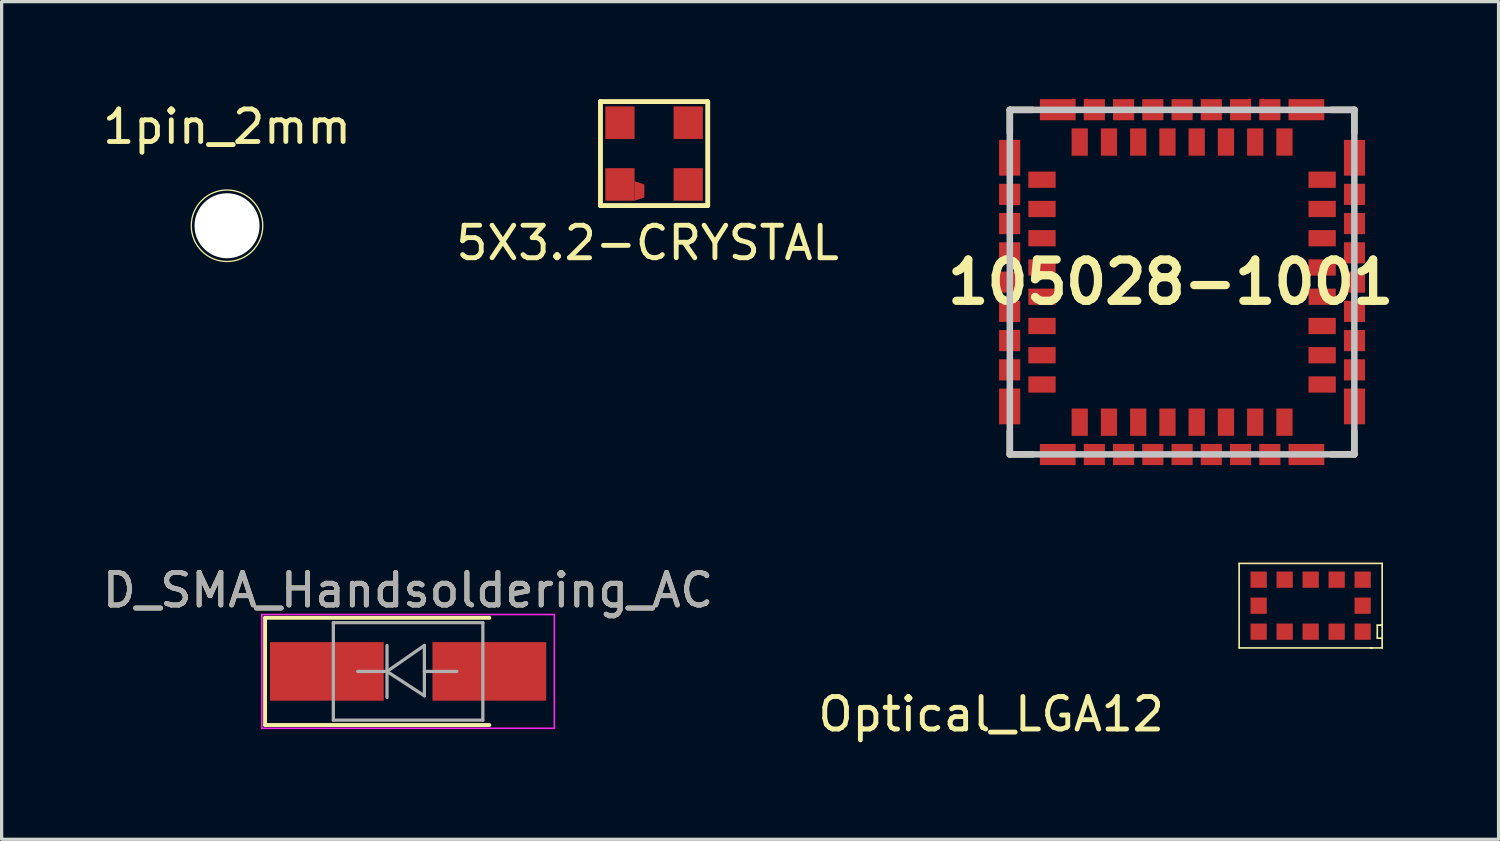
<source format=kicad_pcb>
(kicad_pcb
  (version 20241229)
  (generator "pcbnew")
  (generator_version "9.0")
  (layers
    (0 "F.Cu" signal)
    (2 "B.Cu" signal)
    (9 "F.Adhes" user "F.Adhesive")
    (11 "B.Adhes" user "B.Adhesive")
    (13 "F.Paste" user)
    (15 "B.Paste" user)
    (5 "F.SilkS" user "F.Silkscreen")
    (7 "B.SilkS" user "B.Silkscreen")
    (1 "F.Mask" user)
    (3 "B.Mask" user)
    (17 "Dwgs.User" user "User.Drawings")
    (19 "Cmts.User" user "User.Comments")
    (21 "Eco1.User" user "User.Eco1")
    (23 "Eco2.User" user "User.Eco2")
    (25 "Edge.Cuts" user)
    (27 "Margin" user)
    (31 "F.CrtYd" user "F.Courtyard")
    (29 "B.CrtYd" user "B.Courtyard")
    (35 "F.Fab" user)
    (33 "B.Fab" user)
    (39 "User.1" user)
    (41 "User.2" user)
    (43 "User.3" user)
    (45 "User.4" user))
  (footprint "1pin_2mm"
    (layer "F.Cu")
    (at 3.935 3.896)
    (property "Reference" "1pin_2mm" (at 0 -3.048 0) (layer "F.SilkS") (effects (font (size 1 1) (thickness 0.15))))
    (attr through_hole)
    (fp_circle (center 0 0) (end 1.1 0) (stroke (width 0.04) (type solid)) (fill no) (layer "F.SilkS"))
    (pad "" np_thru_hole circle (at 0 0) (size 2 2) (drill 2) (layers "*.Cu" "*.Mask")))
  (footprint "Optical_LGA12"
    (layer "F.Cu")
    (at 38.876 16.385)
    (property "Reference" "Optical_LGA12" (at -11.43 2.54 0) (layer "F.SilkS") (effects (font (size 1 1) (thickness 0.15))))
    (attr through_hole)
    (fp_line (start -3.8 -2.1) (end -3.8 0.5) (stroke (width 0.05) (type solid)) (layer "F.SilkS"))
    (fp_line (start -3.8 0.5) (end 0.25 0.5) (stroke (width 0.05) (type solid)) (layer "F.SilkS"))
    (fp_line (start 0.25 0.5) (end 0.3 0.5) (stroke (width 0.05) (type solid)) (layer "F.SilkS"))
    (fp_line (start 0.25 0.5) (end 0.6 0.5) (stroke (width 0.05) (type solid)) (layer "F.SilkS"))
    (fp_line (start 0.45 -0.2) (end 0.55 -0.2) (stroke (width 0.05) (type solid)) (layer "F.SilkS"))
    (fp_line (start 0.45 0.2) (end 0.45 -0.2) (stroke (width 0.05) (type solid)) (layer "F.SilkS"))
    (fp_line (start 0.55 -0.2) (end 0.6 -0.2) (stroke (width 0.05) (type solid)) (layer "F.SilkS"))
    (fp_line (start 0.6 -2.1) (end -3.8 -2.1) (stroke (width 0.05) (type solid)) (layer "F.SilkS"))
    (fp_line (start 0.6 0.2) (end 0.45 0.2) (stroke (width 0.05) (type solid)) (layer "F.SilkS"))
    (fp_line (start 0.6 0.5) (end 0.6 -2.1) (stroke (width 0.05) (type solid)) (layer "F.SilkS"))
    (pad "1" smd rect (at 0 0) (size 0.5 0.5) (layers "F.Cu" "F.Mask" "F.Paste"))
    (pad "2" smd rect (at -0.8 0) (size 0.5 0.5) (layers "F.Cu" "F.Mask" "F.Paste"))
    (pad "3" smd rect (at -1.6 0) (size 0.5 0.5) (layers "F.Cu" "F.Mask" "F.Paste"))
    (pad "4" smd rect (at -2.4 0) (size 0.5 0.5) (layers "F.Cu" "F.Mask" "F.Paste"))
    (pad "5" smd rect (at -3.2 0) (size 0.5 0.5) (layers "F.Cu" "F.Mask" "F.Paste"))
    (pad "6" smd rect (at -3.2 -0.8) (size 0.5 0.5) (layers "F.Cu" "F.Mask" "F.Paste"))
    (pad "7" smd rect (at -3.2 -1.6) (size 0.5 0.5) (layers "F.Cu" "F.Mask" "F.Paste"))
    (pad "8" smd rect (at -2.4 -1.6) (size 0.5 0.5) (layers "F.Cu" "F.Mask" "F.Paste"))
    (pad "9" smd rect (at -1.6 -1.6) (size 0.5 0.5) (layers "F.Cu" "F.Mask" "F.Paste"))
    (pad "10" smd rect (at -0.8 -1.6) (size 0.5 0.5) (layers "F.Cu" "F.Mask" "F.Paste"))
    (pad "11" smd rect (at 0 -1.6) (size 0.5 0.5) (layers "F.Cu" "F.Mask" "F.Paste"))
    (pad "12" smd rect (at 0 -0.8) (size 0.5 0.5) (layers "F.Cu" "F.Mask" "F.Paste")))
  (footprint "5X3.2-CRYSTAL"
    (layer "F.Cu")
    (at 16.025 2.625)
    (property "Reference" "5X3.2-CRYSTAL" (at 0.85 1.8 0) (layer "F.SilkS") (effects (font (size 1 1) (thickness 0.15))))
    (attr through_hole)
    (fp_line (start -0.6 -2.55) (end -0.6 0.65) (stroke (width 0.15) (type solid)) (layer "F.SilkS"))
    (fp_line (start -0.6 0.65) (end 2.7 0.65) (stroke (width 0.15) (type solid)) (layer "F.SilkS"))
    (fp_line (start 2.7 -2.55) (end -0.6 -2.55) (stroke (width 0.15) (type solid)) (layer "F.SilkS"))
    (fp_line (start 2.7 0.65) (end 2.7 -2.55) (stroke (width 0.15) (type solid)) (layer "F.SilkS"))
    (pad "1" smd rect (at 0 0) (size 0.9 1) (layers "F.Cu" "F.Mask" "F.Paste"))
    (pad "1" smd trapezoid (at 0.6 0.2 270) (size 0.5 0.3) (rect_delta 0 0.1) (layers "F.Cu" "F.Mask" "F.Paste"))
    (pad "2" smd rect (at 2.1 0) (size 0.9 1) (layers "F.Cu" "F.Mask" "F.Paste"))
    (pad "3" smd rect (at 2.1 -1.9) (size 0.9 1) (layers "F.Cu" "F.Mask" "F.Paste"))
    (pad "4" smd rect (at 0 -1.9) (size 0.9 1) (layers "F.Cu" "F.Mask" "F.Paste")))
  (footprint "105028-1001"
    (layer "F.Cu")
    (at 33.32 5.63)
    (property "Reference" "105028-1001" (at -0.351 0.001 0) (layer "F.SilkS") (effects (font (size 1.27 1.27) (thickness 0.254))))
    (attr smd)
    (fp_line (start -5.3 -5.3) (end -5.3 -4.6) (stroke (width 0.2) (type solid)) (layer "F.SilkS"))
    (fp_line (start -5.3 -5.3) (end -4.6 -5.3) (stroke (width 0.2) (type solid)) (layer "F.SilkS"))
    (fp_line (start -5.3 5.3) (end -5.3 4.6) (stroke (width 0.2) (type solid)) (layer "F.SilkS"))
    (fp_line (start -5.3 5.3) (end -4.6 5.3) (stroke (width 0.2) (type solid)) (layer "F.SilkS"))
    (fp_line (start 5.3 -5.3) (end 4.6 -5.3) (stroke (width 0.2) (type solid)) (layer "F.SilkS"))
    (fp_line (start 5.3 -5.3) (end 5.3 -4.6) (stroke (width 0.2) (type solid)) (layer "F.SilkS"))
    (fp_line (start 5.3 5.3) (end 4.6 5.3) (stroke (width 0.2) (type solid)) (layer "F.SilkS"))
    (fp_line (start 5.3 5.3) (end 5.3 4.6) (stroke (width 0.2) (type solid)) (layer "F.SilkS"))
    (fp_line (start -5.3 -5.3) (end 5.3 -5.3) (stroke (width 0.2) (type solid)) (layer "Dwgs.User"))
    (fp_line (start -5.3 5.3) (end -5.3 -5.3) (stroke (width 0.2) (type solid)) (layer "Dwgs.User"))
    (fp_line (start 5.3 -5.3) (end 5.3 5.3) (stroke (width 0.2) (type solid)) (layer "Dwgs.User"))
    (fp_line (start 5.3 5.3) (end -5.3 5.3) (stroke (width 0.2) (type solid)) (layer "Dwgs.User"))
    (pad "1" smd rect (at -4.31 -3.15 90) (size 0.5 0.84) (layers "F.Cu" "F.Mask" "F.Paste"))
    (pad "2" smd rect (at -4.31 -2.25 90) (size 0.5 0.84) (layers "F.Cu" "F.Mask" "F.Paste"))
    (pad "3" smd rect (at -4.31 -1.35 90) (size 0.5 0.84) (layers "F.Cu" "F.Mask" "F.Paste"))
    (pad "4" smd rect (at -4.31 -0.45 90) (size 0.5 0.84) (layers "F.Cu" "F.Mask" "F.Paste"))
    (pad "5" smd rect (at -4.31 0.45 90) (size 0.5 0.84) (layers "F.Cu" "F.Mask" "F.Paste"))
    (pad "6" smd rect (at -4.31 1.35 90) (size 0.5 0.84) (layers "F.Cu" "F.Mask" "F.Paste"))
    (pad "7" smd rect (at -4.31 2.25 90) (size 0.5 0.84) (layers "F.Cu" "F.Mask" "F.Paste"))
    (pad "8" smd rect (at -4.31 3.15 90) (size 0.5 0.84) (layers "F.Cu" "F.Mask" "F.Paste"))
    (pad "9" smd rect (at -3.15 4.31) (size 0.5 0.84) (layers "F.Cu" "F.Mask" "F.Paste"))
    (pad "10" smd rect (at -2.25 4.31) (size 0.5 0.84) (layers "F.Cu" "F.Mask" "F.Paste"))
    (pad "11" smd rect (at -1.35 4.31) (size 0.5 0.84) (layers "F.Cu" "F.Mask" "F.Paste"))
    (pad "12" smd rect (at -0.45 4.31) (size 0.5 0.84) (layers "F.Cu" "F.Mask" "F.Paste"))
    (pad "13" smd rect (at 0.45 4.31) (size 0.5 0.84) (layers "F.Cu" "F.Mask" "F.Paste"))
    (pad "14" smd rect (at 1.35 4.31) (size 0.5 0.84) (layers "F.Cu" "F.Mask" "F.Paste"))
    (pad "15" smd rect (at 2.25 4.31) (size 0.5 0.84) (layers "F.Cu" "F.Mask" "F.Paste"))
    (pad "16" smd rect (at 3.15 4.31) (size 0.5 0.84) (layers "F.Cu" "F.Mask" "F.Paste"))
    (pad "17" smd rect (at 4.31 3.15 90) (size 0.5 0.84) (layers "F.Cu" "F.Mask" "F.Paste"))
    (pad "18" smd rect (at 4.31 2.25 90) (size 0.5 0.84) (layers "F.Cu" "F.Mask" "F.Paste"))
    (pad "19" smd rect (at 4.31 1.35 90) (size 0.5 0.84) (layers "F.Cu" "F.Mask" "F.Paste"))
    (pad "20" smd rect (at 4.31 0.45 90) (size 0.5 0.84) (layers "F.Cu" "F.Mask" "F.Paste"))
    (pad "21" smd rect (at 4.31 -0.45 90) (size 0.5 0.84) (layers "F.Cu" "F.Mask" "F.Paste"))
    (pad "22" smd rect (at 4.31 -1.35 90) (size 0.5 0.84) (layers "F.Cu" "F.Mask" "F.Paste"))
    (pad "23" smd rect (at 4.31 -2.25 90) (size 0.5 0.84) (layers "F.Cu" "F.Mask" "F.Paste"))
    (pad "24" smd rect (at 4.31 -3.15 90) (size 0.5 0.84) (layers "F.Cu" "F.Mask" "F.Paste"))
    (pad "25" smd rect (at 3.15 -4.31) (size 0.5 0.84) (layers "F.Cu" "F.Mask" "F.Paste"))
    (pad "26" smd rect (at 2.25 -4.31) (size 0.5 0.84) (layers "F.Cu" "F.Mask" "F.Paste"))
    (pad "27" smd rect (at 1.35 -4.31) (size 0.5 0.84) (layers "F.Cu" "F.Mask" "F.Paste"))
    (pad "28" smd rect (at 0.45 -4.31) (size 0.5 0.84) (layers "F.Cu" "F.Mask" "F.Paste"))
    (pad "29" smd rect (at -0.45 -4.31) (size 0.5 0.84) (layers "F.Cu" "F.Mask" "F.Paste"))
    (pad "30" smd rect (at -5.305 -3.825) (size 0.65 1.1) (layers "F.Cu" "F.Mask" "F.Paste"))
    (pad "30" smd rect (at -5.305 -2.7 90) (size 0.65 0.65) (layers "F.Cu" "F.Mask" "F.Paste"))
    (pad "30" smd rect (at -5.305 -1.8 90) (size 0.65 0.65) (layers "F.Cu" "F.Mask" "F.Paste"))
    (pad "30" smd rect (at -5.305 -0.9 90) (size 0.65 0.65) (layers "F.Cu" "F.Mask" "F.Paste"))
    (pad "30" smd rect (at -5.305 0 90) (size 0.65 0.65) (layers "F.Cu" "F.Mask" "F.Paste"))
    (pad "30" smd rect (at -5.305 0.9 90) (size 0.65 0.65) (layers "F.Cu" "F.Mask" "F.Paste"))
    (pad "30" smd rect (at -5.305 1.8 90) (size 0.65 0.65) (layers "F.Cu" "F.Mask" "F.Paste"))
    (pad "30" smd rect (at -5.305 2.7 90) (size 0.65 0.65) (layers "F.Cu" "F.Mask" "F.Paste"))
    (pad "30" smd rect (at -5.305 3.825) (size 0.65 1.1) (layers "F.Cu" "F.Mask" "F.Paste"))
    (pad "30" smd rect (at -3.825 -5.305 90) (size 0.65 1.1) (layers "F.Cu" "F.Mask" "F.Paste"))
    (pad "30" smd rect (at -3.825 5.305 90) (size 0.65 1.1) (layers "F.Cu" "F.Mask" "F.Paste"))
    (pad "30" smd rect (at -2.7 -5.305 90) (size 0.65 0.65) (layers "F.Cu" "F.Mask" "F.Paste"))
    (pad "30" smd rect (at -2.7 5.305 90) (size 0.65 0.65) (layers "F.Cu" "F.Mask" "F.Paste"))
    (pad "30" smd rect (at -1.8 -5.305 90) (size 0.65 0.65) (layers "F.Cu" "F.Mask" "F.Paste"))
    (pad "30" smd rect (at -1.8 5.305 90) (size 0.65 0.65) (layers "F.Cu" "F.Mask" "F.Paste"))
    (pad "30" smd rect (at -1.35 -4.31) (size 0.5 0.84) (layers "F.Cu" "F.Mask" "F.Paste"))
    (pad "30" smd rect (at -0.9 -5.305 90) (size 0.65 0.65) (layers "F.Cu" "F.Mask" "F.Paste"))
    (pad "30" smd rect (at -0.9 5.305 90) (size 0.65 0.65) (layers "F.Cu" "F.Mask" "F.Paste"))
    (pad "30" smd rect (at 0 -5.305 90) (size 0.65 0.65) (layers "F.Cu" "F.Mask" "F.Paste"))
    (pad "30" smd rect (at 0 5.305 90) (size 0.65 0.65) (layers "F.Cu" "F.Mask" "F.Paste"))
    (pad "30" smd rect (at 0.9 -5.305 90) (size 0.65 0.65) (layers "F.Cu" "F.Mask" "F.Paste"))
    (pad "30" smd rect (at 0.9 5.305 90) (size 0.65 0.65) (layers "F.Cu" "F.Mask" "F.Paste"))
    (pad "30" smd rect (at 1.8 -5.305 90) (size 0.65 0.65) (layers "F.Cu" "F.Mask" "F.Paste"))
    (pad "30" smd rect (at 1.8 5.305 90) (size 0.65 0.65) (layers "F.Cu" "F.Mask" "F.Paste"))
    (pad "30" smd rect (at 2.7 -5.305 90) (size 0.65 0.65) (layers "F.Cu" "F.Mask" "F.Paste"))
    (pad "30" smd rect (at 2.7 5.305 90) (size 0.65 0.65) (layers "F.Cu" "F.Mask" "F.Paste"))
    (pad "30" smd rect (at 3.825 -5.305 90) (size 0.65 1.1) (layers "F.Cu" "F.Mask" "F.Paste"))
    (pad "30" smd rect (at 3.825 5.305 90) (size 0.65 1.1) (layers "F.Cu" "F.Mask" "F.Paste"))
    (pad "30" smd rect (at 5.305 -3.825) (size 0.65 1.1) (layers "F.Cu" "F.Mask" "F.Paste"))
    (pad "30" smd rect (at 5.305 -2.7 90) (size 0.65 0.65) (layers "F.Cu" "F.Mask" "F.Paste"))
    (pad "30" smd rect (at 5.305 -1.8 90) (size 0.65 0.65) (layers "F.Cu" "F.Mask" "F.Paste"))
    (pad "30" smd rect (at 5.305 -0.9 90) (size 0.65 0.65) (layers "F.Cu" "F.Mask" "F.Paste"))
    (pad "30" smd rect (at 5.305 0 90) (size 0.65 0.65) (layers "F.Cu" "F.Mask" "F.Paste"))
    (pad "30" smd rect (at 5.305 0.9 90) (size 0.65 0.65) (layers "F.Cu" "F.Mask" "F.Paste"))
    (pad "30" smd rect (at 5.305 1.8 90) (size 0.65 0.65) (layers "F.Cu" "F.Mask" "F.Paste"))
    (pad "30" smd rect (at 5.305 2.7 90) (size 0.65 0.65) (layers "F.Cu" "F.Mask" "F.Paste"))
    (pad "30" smd rect (at 5.305 3.825) (size 0.65 1.1) (layers "F.Cu" "F.Mask" "F.Paste"))
    (pad "31" smd rect (at -2.25 -4.31) (size 0.5 0.84) (layers "F.Cu" "F.Mask" "F.Paste"))
    (pad "32" smd rect (at -3.15 -4.31) (size 0.5 0.84) (layers "F.Cu" "F.Mask" "F.Paste")))
  (footprint "D_SMA_Handsoldering_AC"
    (layer "F.Cu")
    (at 9.506 17.608)
    (property "Reference" "D_SMA_Handsoldering_AC" (at 0 -2.5 0) (layer "F.SilkS") (effects (font (size 1 1) (thickness 0.15))))
    (attr smd)
    (fp_line (start -4.4 -1.65) (end -4.4 1.65) (stroke (width 0.12) (type solid)) (layer "F.SilkS"))
    (fp_line (start -4.4 -1.65) (end 2.5 -1.65) (stroke (width 0.12) (type solid)) (layer "F.SilkS"))
    (fp_line (start -4.4 1.65) (end 2.5 1.65) (stroke (width 0.12) (type solid)) (layer "F.SilkS"))
    (fp_line (start -4.5 -1.75) (end 4.5 -1.75) (stroke (width 0.05) (type solid)) (layer "F.CrtYd"))
    (fp_line (start -4.5 1.75) (end -4.5 -1.75) (stroke (width 0.05) (type solid)) (layer "F.CrtYd"))
    (fp_line (start 4.5 -1.75) (end 4.5 1.75) (stroke (width 0.05) (type solid)) (layer "F.CrtYd"))
    (fp_line (start 4.5 1.75) (end -4.5 1.75) (stroke (width 0.05) (type solid)) (layer "F.CrtYd"))
    (fp_line (start -2.3 1.5) (end -2.3 -1.5) (stroke (width 0.1) (type solid)) (layer "F.Fab"))
    (fp_line (start -0.649 -0.799) (end -0.649 0.801) (stroke (width 0.1) (type solid)) (layer "F.Fab"))
    (fp_line (start -0.649 0.001) (end -1.551 0.001) (stroke (width 0.1) (type solid)) (layer "F.Fab"))
    (fp_line (start -0.649 0.001) (end 0.501 -0.799) (stroke (width 0.1) (type solid)) (layer "F.Fab"))
    (fp_line (start -0.649 0.001) (end 0.501 0.75) (stroke (width 0.1) (type solid)) (layer "F.Fab"))
    (fp_line (start 0.501 0.001) (end 1.499 0.001) (stroke (width 0.1) (type solid)) (layer "F.Fab"))
    (fp_line (start 0.501 0.75) (end 0.501 -0.799) (stroke (width 0.1) (type solid)) (layer "F.Fab"))
    (fp_line (start 2.3 -1.5) (end -2.3 -1.5) (stroke (width 0.1) (type solid)) (layer "F.Fab"))
    (fp_line (start 2.3 -1.5) (end 2.3 1.5) (stroke (width 0.1) (type solid)) (layer "F.Fab"))
    (fp_line (start 2.3 1.5) (end -2.3 1.5) (stroke (width 0.1) (type solid)) (layer "F.Fab"))
    (fp_text user "${REFERENCE}" (at 0 -2.5 0) (layer "F.Fab") (effects (font (size 1 1) (thickness 0.15))))
    (pad "A" smd rect (at 2.5 0) (size 3.5 1.8) (layers "F.Cu" "F.Mask" "F.Paste"))
    (pad "C" smd rect (at -2.5 0) (size 3.5 1.8) (layers "F.Cu" "F.Mask" "F.Paste")))
  (gr_rect
    (start -3 -3)
    (end 43.057 22.773)
    (stroke (width 0.1) (type default))
    (fill no)
    (layer "Edge.Cuts")))
</source>
